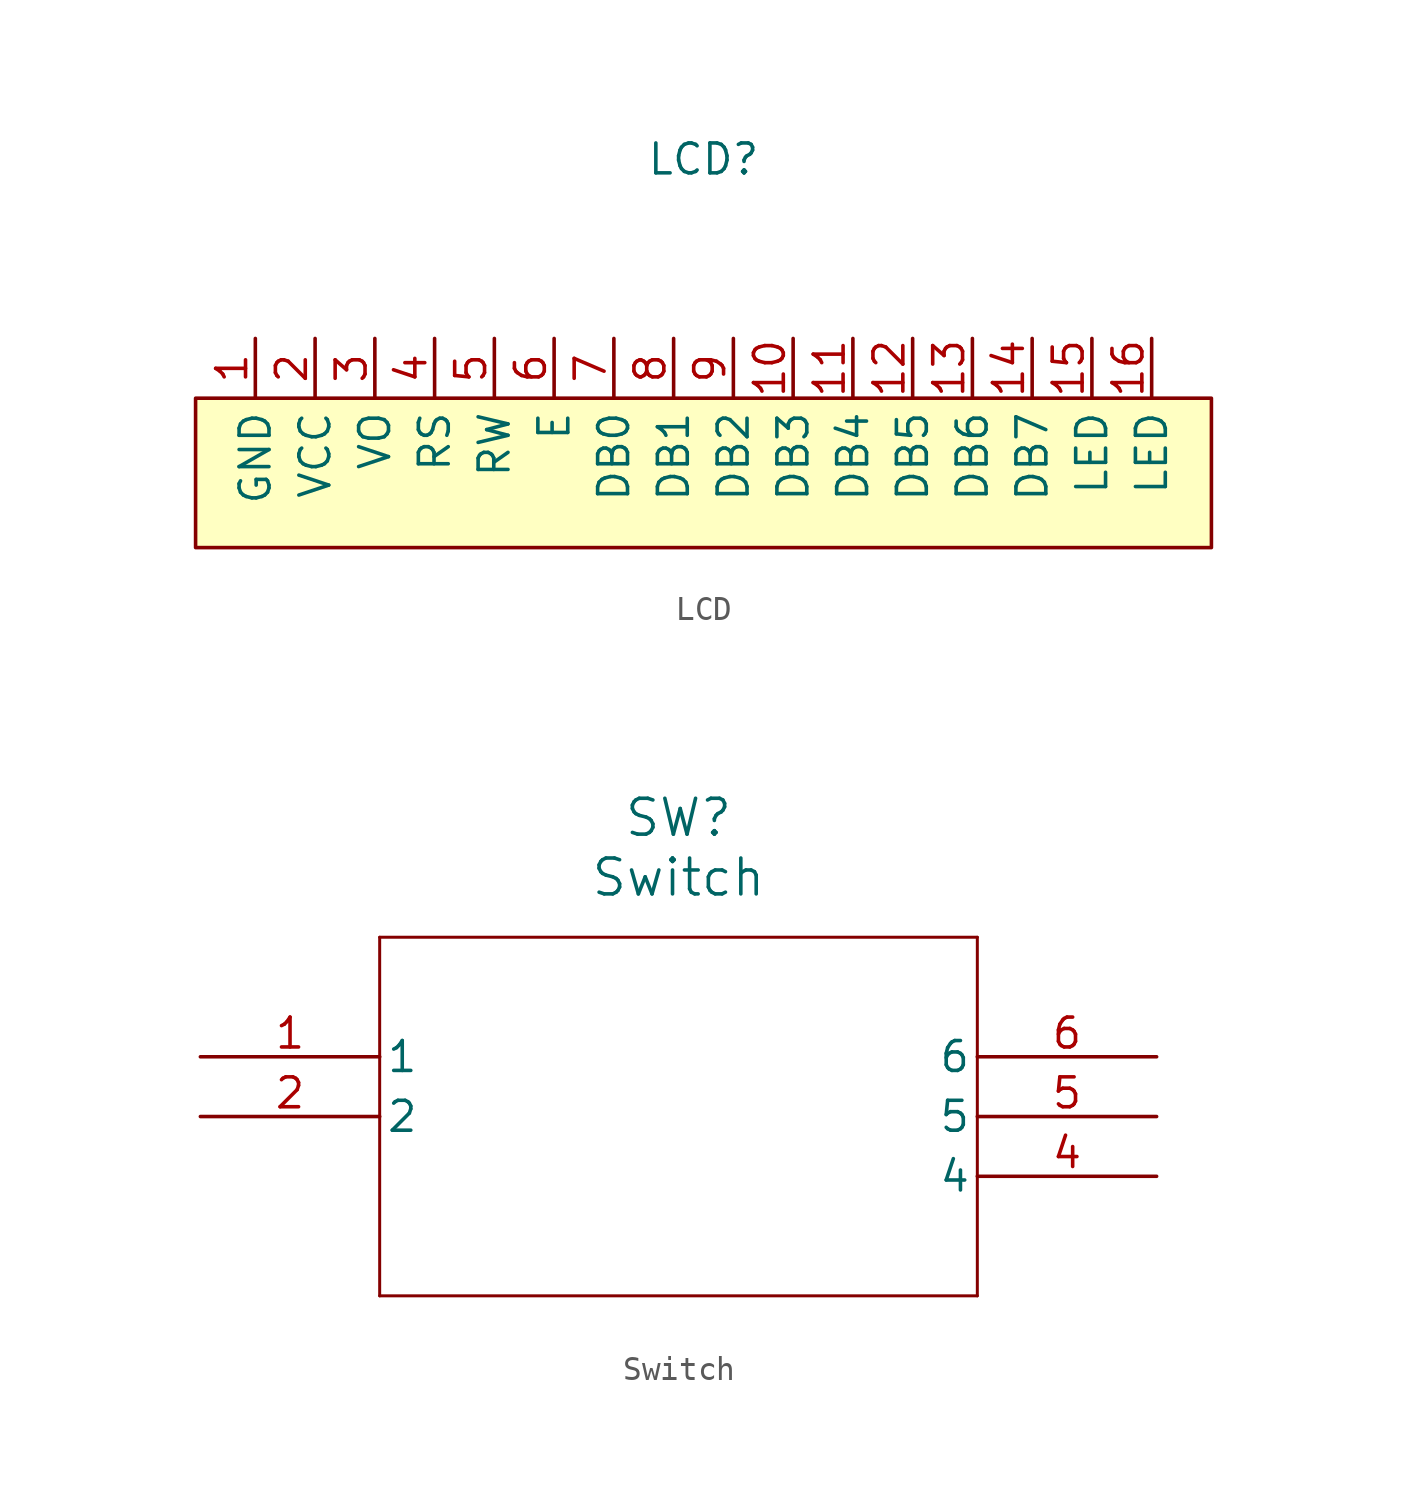
<source format=kicad_sym>
(kicad_symbol_lib
  (version 20231120)
  (generator "kicad_symbol_editor")
  (generator_version "8.0")
  (symbol "LCD"
    (property "Reference" "LCD"
      (at 0 0 0)
      (effects (font (size 1.27 1.27))))
    (property "Value" ""
      (at 0 0 0)
      (effects (font (size 1.27 1.27))))
    (symbol "LCD_0_1"
      (rectangle (start -21.59 -10.16) (end 21.59 -16.51) (stroke (width 0) (type default)) (fill (type background))))
    (symbol "LCD_1_1"
      (pin passive line (at -19.05 -7.62 270) (length 2.54) (name "GND" (effects (font (size 1.27 1.27)))) (number "1" (effects (font (size 1.27 1.27)))))
      (pin passive line (at 3.81 -7.62 270) (length 2.54) (name "DB3" (effects (font (size 1.27 1.27)))) (number "10" (effects (font (size 1.27 1.27)))))
      (pin passive line (at 6.35 -7.62 270) (length 2.54) (name "DB4" (effects (font (size 1.27 1.27)))) (number "11" (effects (font (size 1.27 1.27)))))
      (pin passive line (at 8.89 -7.62 270) (length 2.54) (name "DB5" (effects (font (size 1.27 1.27)))) (number "12" (effects (font (size 1.27 1.27)))))
      (pin passive line (at 11.43 -7.62 270) (length 2.54) (name "DB6" (effects (font (size 1.27 1.27)))) (number "13" (effects (font (size 1.27 1.27)))))
      (pin passive line (at 13.97 -7.62 270) (length 2.54) (name "DB7" (effects (font (size 1.27 1.27)))) (number "14" (effects (font (size 1.27 1.27)))))
      (pin passive line (at 16.51 -7.62 270) (length 2.54) (name "LED" (effects (font (size 1.27 1.27)))) (number "15" (effects (font (size 1.27 1.27)))))
      (pin passive line (at 19.05 -7.62 270) (length 2.54) (name "LED" (effects (font (size 1.27 1.27)))) (number "16" (effects (font (size 1.27 1.27)))))
      (pin power_in line (at -16.51 -7.62 270) (length 2.54) (name "VCC" (effects (font (size 1.27 1.27)))) (number "2" (effects (font (size 1.27 1.27)))))
      (pin passive line (at -13.97 -7.62 270) (length 2.54) (name "VO" (effects (font (size 1.27 1.27)))) (number "3" (effects (font (size 1.27 1.27)))))
      (pin passive line (at -11.43 -7.62 270) (length 2.54) (name "RS" (effects (font (size 1.27 1.27)))) (number "4" (effects (font (size 1.27 1.27)))))
      (pin passive line (at -8.89 -7.62 270) (length 2.54) (name "RW" (effects (font (size 1.27 1.27)))) (number "5" (effects (font (size 1.27 1.27)))))
      (pin passive line (at -6.35 -7.62 270) (length 2.54) (name "E" (effects (font (size 1.27 1.27)))) (number "6" (effects (font (size 1.27 1.27)))))
      (pin passive line (at -3.81 -7.62 270) (length 2.54) (name "DB0" (effects (font (size 1.27 1.27)))) (number "7" (effects (font (size 1.27 1.27)))))
      (pin passive line (at -1.27 -7.62 270) (length 2.54) (name "DB1" (effects (font (size 1.27 1.27)))) (number "8" (effects (font (size 1.27 1.27)))))
      (pin passive line (at 1.27 -7.62 270) (length 2.54) (name "DB2" (effects (font (size 1.27 1.27)))) (number "9" (effects (font (size 1.27 1.27)))))))
  (symbol "Switch"
    (pin_names
      (offset 0.254))
    (property "Reference" "SW"
      (at 20.32 10.16 0)
      (effects (font (size 1.524 1.524))))
    (property "Value" "Switch"
      (at 20.32 7.62 0)
      (effects (font (size 1.524 1.524))))
    (property "ki_locked" ""
      (at 0 0 0)
      (effects (font (size 1.27 1.27))))
    (symbol "Switch_0_1"
      (polyline (pts (xy 7.62 -10.16) (xy 33.02 -10.16)) (stroke (width 0.127) (type default)) (fill (type none)))
      (polyline (pts (xy 7.62 5.08) (xy 7.62 -10.16)) (stroke (width 0.127) (type default)) (fill (type none)))
      (polyline (pts (xy 33.02 -10.16) (xy 33.02 5.08)) (stroke (width 0.127) (type default)) (fill (type none)))
      (polyline (pts (xy 33.02 5.08) (xy 7.62 5.08)) (stroke (width 0.127) (type default)) (fill (type none)))
      (pin unspecified line (at 0 0 0) (length 7.62) (name "1" (effects (font (size 1.27 1.27)))) (number "1" (effects (font (size 1.27 1.27)))))
      (pin unspecified line (at 0 -2.54 0) (length 7.62) (name "2" (effects (font (size 1.27 1.27)))) (number "2" (effects (font (size 1.27 1.27)))))
      (pin unspecified line (at 40.64 -5.08 180) (length 7.62) (name "4" (effects (font (size 1.27 1.27)))) (number "4" (effects (font (size 1.27 1.27)))))
      (pin unspecified line (at 40.64 -2.54 180) (length 7.62) (name "5" (effects (font (size 1.27 1.27)))) (number "5" (effects (font (size 1.27 1.27)))))
      (pin unspecified line (at 40.64 0 180) (length 7.62) (name "6" (effects (font (size 1.27 1.27)))) (number "6" (effects (font (size 1.27 1.27))))))))
</source>
